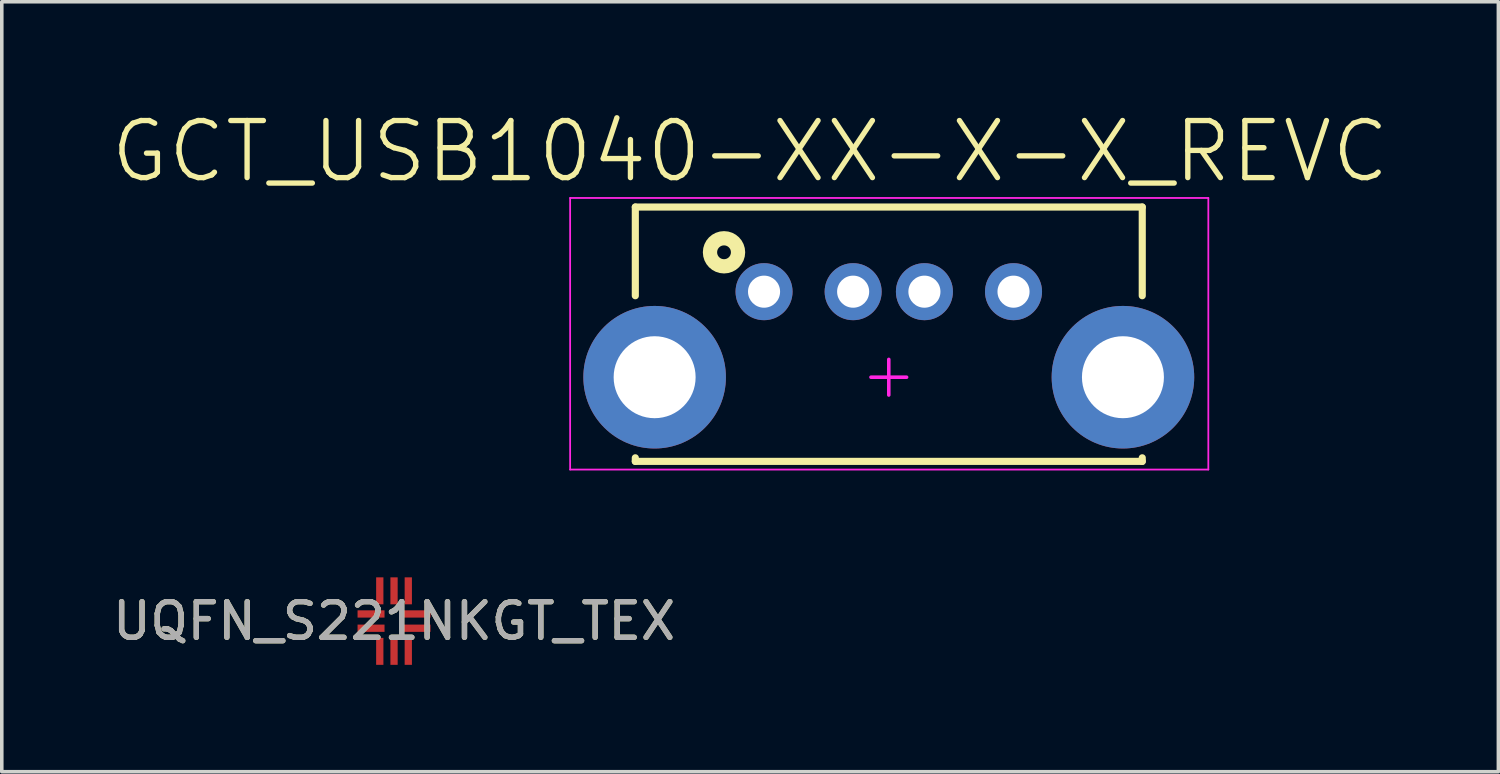
<source format=kicad_pcb>
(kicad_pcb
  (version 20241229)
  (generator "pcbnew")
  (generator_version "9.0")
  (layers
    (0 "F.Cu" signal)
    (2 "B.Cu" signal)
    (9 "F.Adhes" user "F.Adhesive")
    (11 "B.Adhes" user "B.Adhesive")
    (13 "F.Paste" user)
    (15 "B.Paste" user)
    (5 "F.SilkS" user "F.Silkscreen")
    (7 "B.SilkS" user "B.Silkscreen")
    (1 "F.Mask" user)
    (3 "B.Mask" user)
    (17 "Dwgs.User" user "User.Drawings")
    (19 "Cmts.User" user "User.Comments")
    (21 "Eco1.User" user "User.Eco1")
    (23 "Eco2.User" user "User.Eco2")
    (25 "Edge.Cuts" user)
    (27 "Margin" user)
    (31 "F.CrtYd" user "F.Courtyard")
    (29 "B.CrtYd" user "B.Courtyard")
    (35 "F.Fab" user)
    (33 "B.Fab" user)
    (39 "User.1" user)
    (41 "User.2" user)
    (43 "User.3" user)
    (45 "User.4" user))
  (footprint "GCT_USB1040-XX-X-X_REVC"
    (layer "F.Cu")
    (at 21.888 7.534)
    (property "Reference" "GCT_USB1040-XX-X-X_REVC" (at -3.892 -6.334 0) (layer "F.SilkS") (effects (font (size 1.602 1.602) (thickness 0.15))))
    (attr through_hole)
    (fp_line (start -7.112 -4.775) (end 7.112 -4.775) (stroke (width 0.2) (type solid)) (layer "F.SilkS"))
    (fp_line (start -7.112 -2.286) (end -7.112 -4.775) (stroke (width 0.2) (type solid)) (layer "F.SilkS"))
    (fp_line (start -7.112 2.362) (end -7.112 2.261) (stroke (width 0.2) (type solid)) (layer "F.SilkS"))
    (fp_line (start -7.112 2.362) (end 7.112 2.362) (stroke (width 0.2) (type solid)) (layer "F.SilkS"))
    (fp_line (start 7.112 -2.286) (end 7.112 -4.775) (stroke (width 0.2) (type solid)) (layer "F.SilkS"))
    (fp_line (start 7.112 2.362) (end 7.112 2.261) (stroke (width 0.2) (type solid)) (layer "F.SilkS"))
    (fp_circle (center -4.623 -3.505) (end -4.429 -3.505) (stroke (width 0.4) (type solid)) (fill no) (layer "F.SilkS"))
    (fp_line (start -8.941 -5.029) (end 8.966 -5.029) (stroke (width 0.05) (type solid)) (layer "F.CrtYd"))
    (fp_line (start -8.941 2.591) (end -8.941 -5.029) (stroke (width 0.05) (type solid)) (layer "F.CrtYd"))
    (fp_line (start -8.941 2.591) (end 8.966 2.591) (stroke (width 0.05) (type solid)) (layer "F.CrtYd"))
    (fp_line (start -0.5 0) (end 0.5 0) (stroke (width 0.1) (type solid)) (layer "F.CrtYd"))
    (fp_line (start 0 0.5) (end 0 -0.5) (stroke (width 0.1) (type solid)) (layer "F.CrtYd"))
    (fp_line (start 8.966 2.591) (end 8.966 -5.029) (stroke (width 0.05) (type solid)) (layer "F.CrtYd"))
    (pad "1" thru_hole circle (at -3.5 -2.4) (size 1.6 1.6) (drill 0.9) (layers "*.Cu" "*.Mask"))
    (pad "2" thru_hole circle (at -1 -2.4) (size 1.6 1.6) (drill 0.9) (layers "*.Cu" "*.Mask"))
    (pad "3" thru_hole circle (at 1 -2.4) (size 1.6 1.6) (drill 0.9) (layers "*.Cu" "*.Mask"))
    (pad "4" thru_hole circle (at 3.5 -2.4) (size 1.6 1.6) (drill 0.9) (layers "*.Cu" "*.Mask"))
    (pad "5" thru_hole circle (at -6.57 0) (size 4 4) (drill 2.3) (layers "*.Cu" "*.Mask"))
    (pad "6" thru_hole circle (at 6.57 0) (size 4 4) (drill 2.3) (layers "*.Cu" "*.Mask")))
  (footprint "UQFN_S221NKGT_TEX"
    (layer "F.Cu")
    (at 8.006 14.377)
    (property "Reference" "UQFN_S221NKGT_TEX" (at 0 0 0) (unlocked yes) (layer "F.SilkS") (effects (font (size 1 1) (thickness 0.15))))
    (attr smd)
    (fp_text user "${REFERENCE}" (at 0 0 0) (unlocked yes) (layer "F.Fab") (effects (font (size 1 1) (thickness 0.15))))
    (pad "1" smd rect (at -0.645 -0.2 90) (size 0.204 0.757) (layers "F.Cu" "F.Mask" "F.Paste"))
    (pad "2" smd rect (at -0.645 0.2 90) (size 0.204 0.757) (layers "F.Cu" "F.Mask" "F.Paste"))
    (pad "3" smd rect (at -0.4 0.849) (size 0.204 0.757) (layers "F.Cu" "F.Mask" "F.Paste"))
    (pad "4" smd rect (at 0 0.849) (size 0.204 0.757) (layers "F.Cu" "F.Mask" "F.Paste"))
    (pad "5" smd rect (at 0.4 0.849) (size 0.204 0.757) (layers "F.Cu" "F.Mask" "F.Paste"))
    (pad "6" smd rect (at 0.645 0.2 90) (size 0.204 0.757) (layers "F.Cu" "F.Mask" "F.Paste"))
    (pad "7" smd rect (at 0.645 -0.2 90) (size 0.204 0.757) (layers "F.Cu" "F.Mask" "F.Paste"))
    (pad "8" smd rect (at 0.4 -0.849) (size 0.204 0.757) (layers "F.Cu" "F.Mask" "F.Paste"))
    (pad "9" smd rect (at 0 -0.849) (size 0.204 0.757) (layers "F.Cu" "F.Mask" "F.Paste"))
    (pad "10" smd rect (at -0.4 -0.849) (size 0.204 0.757) (layers "F.Cu" "F.Mask" "F.Paste")))
  (gr_rect
    (start -3 -3)
    (end 38.992 18.604)
    (stroke (width 0.1) (type default))
    (fill no)
    (layer "Edge.Cuts")))
</source>
